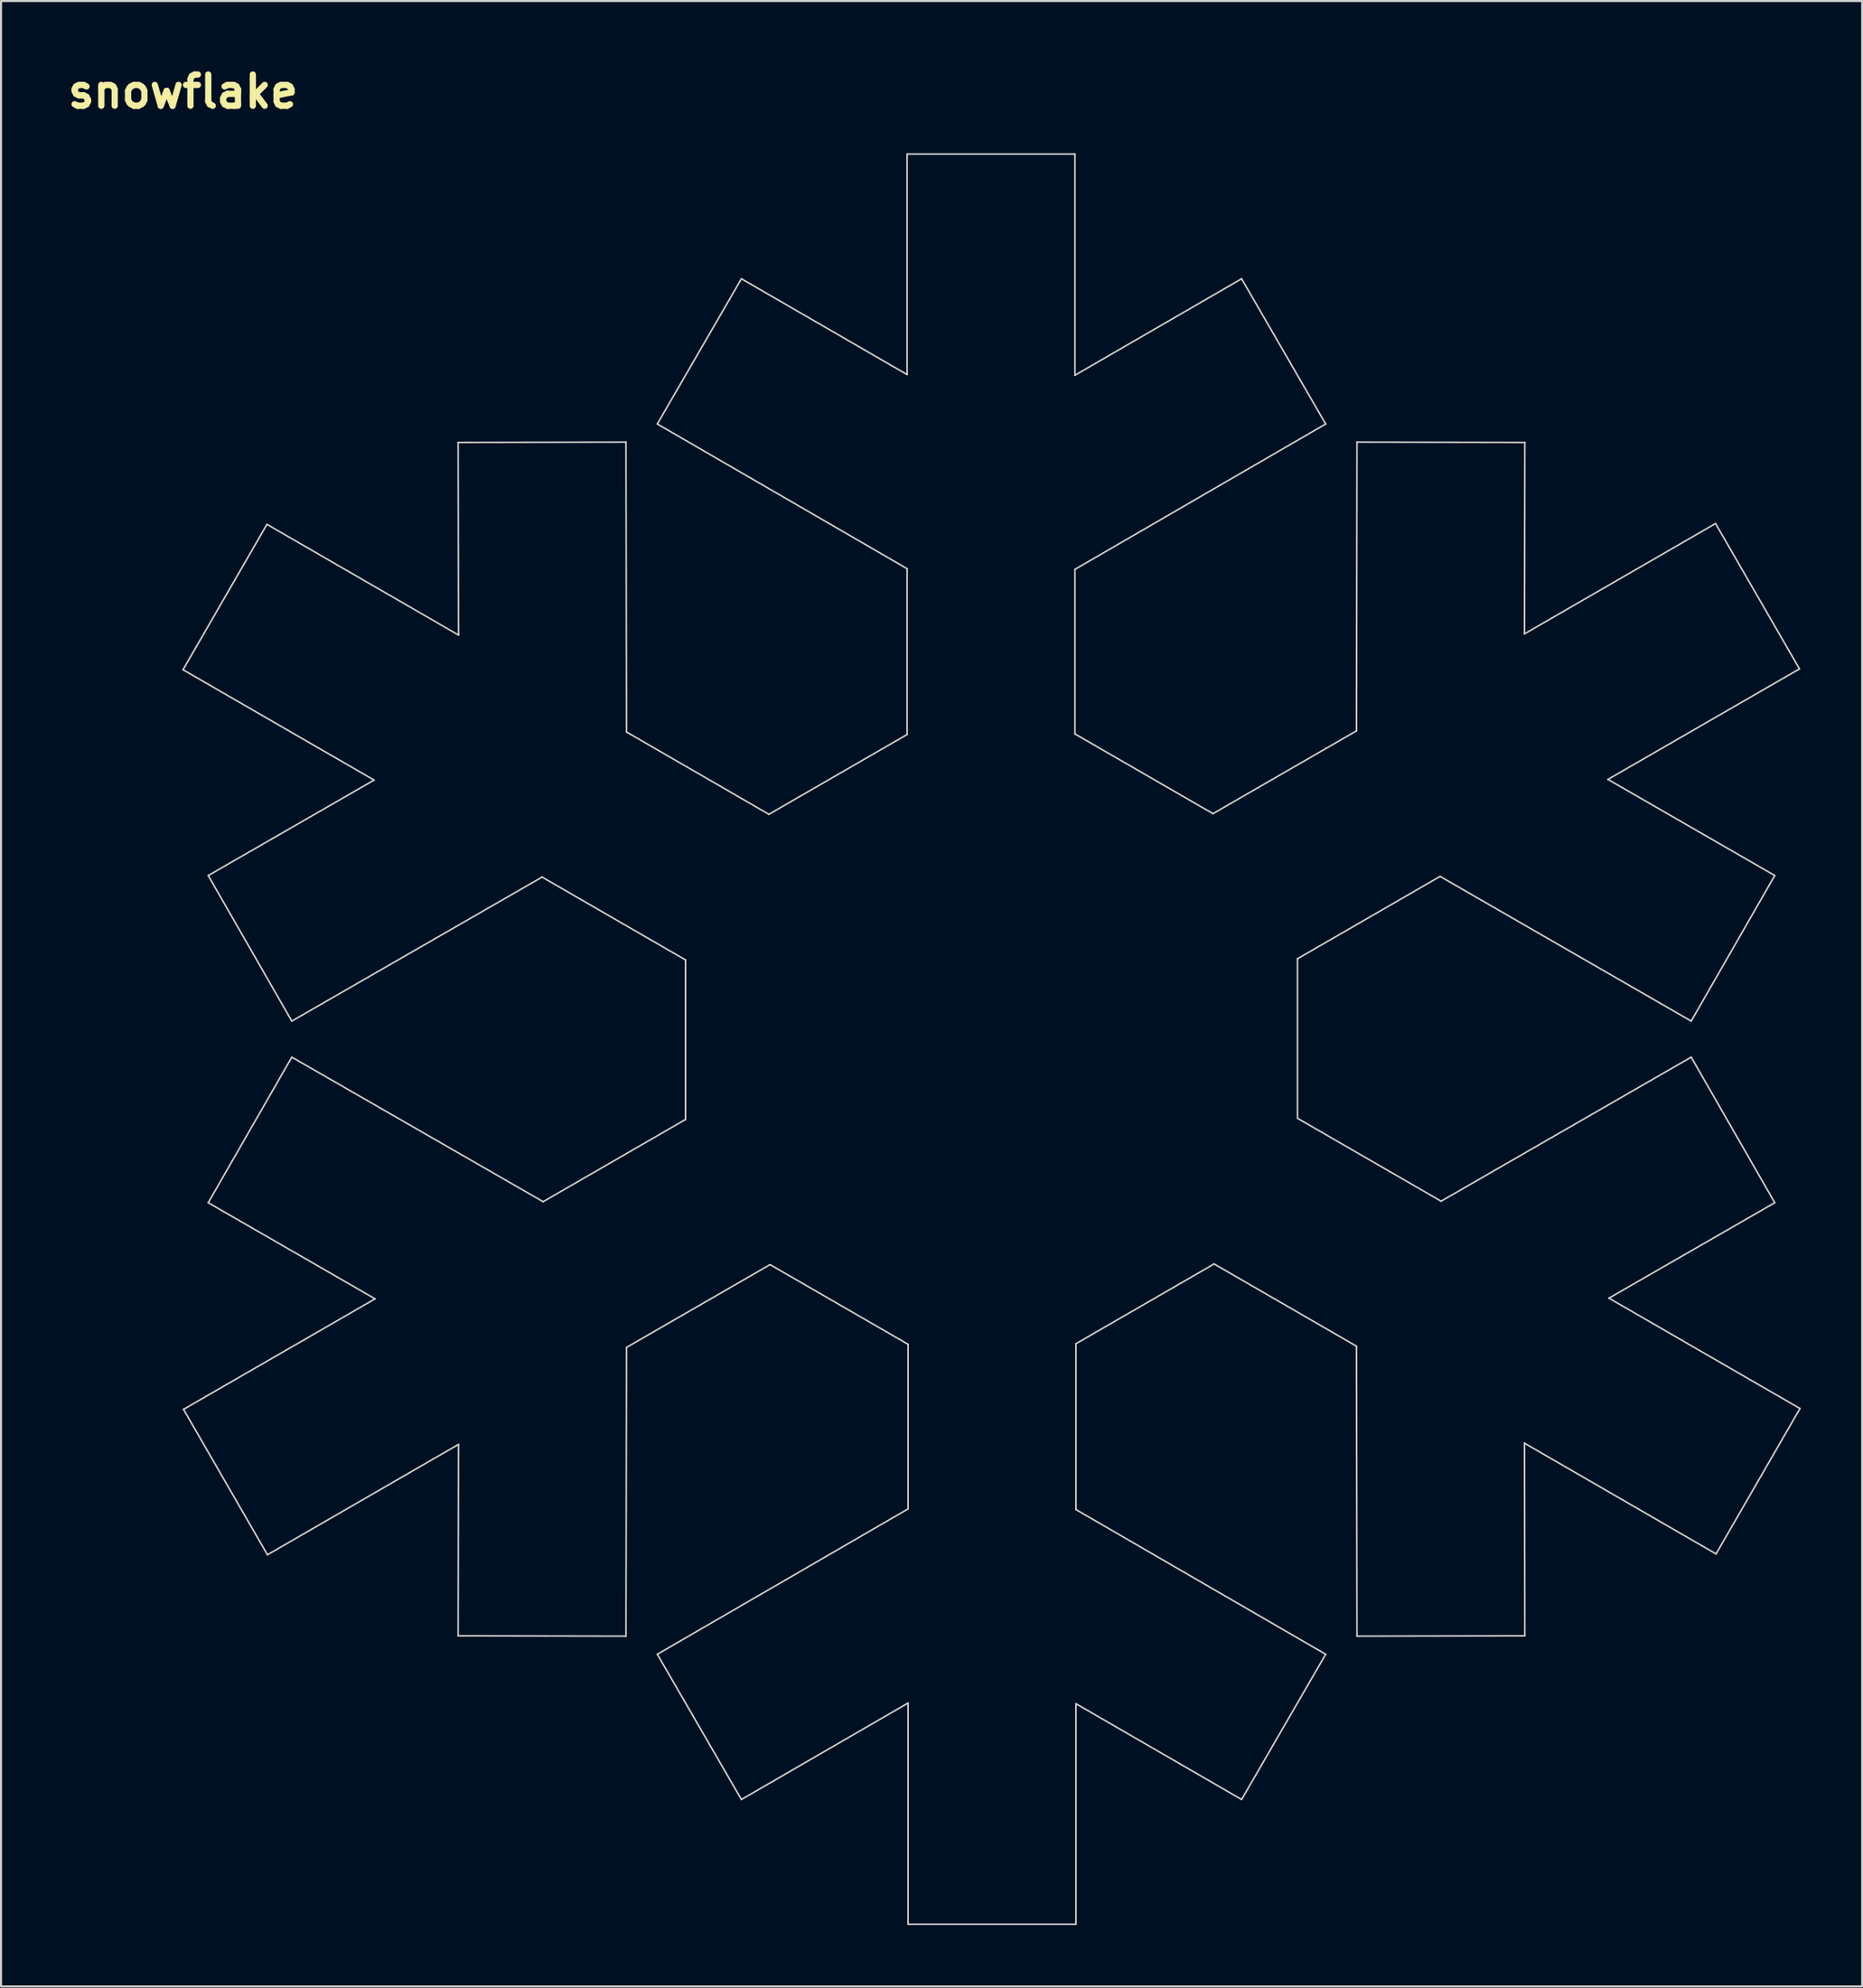
<source format=kicad_pcb>
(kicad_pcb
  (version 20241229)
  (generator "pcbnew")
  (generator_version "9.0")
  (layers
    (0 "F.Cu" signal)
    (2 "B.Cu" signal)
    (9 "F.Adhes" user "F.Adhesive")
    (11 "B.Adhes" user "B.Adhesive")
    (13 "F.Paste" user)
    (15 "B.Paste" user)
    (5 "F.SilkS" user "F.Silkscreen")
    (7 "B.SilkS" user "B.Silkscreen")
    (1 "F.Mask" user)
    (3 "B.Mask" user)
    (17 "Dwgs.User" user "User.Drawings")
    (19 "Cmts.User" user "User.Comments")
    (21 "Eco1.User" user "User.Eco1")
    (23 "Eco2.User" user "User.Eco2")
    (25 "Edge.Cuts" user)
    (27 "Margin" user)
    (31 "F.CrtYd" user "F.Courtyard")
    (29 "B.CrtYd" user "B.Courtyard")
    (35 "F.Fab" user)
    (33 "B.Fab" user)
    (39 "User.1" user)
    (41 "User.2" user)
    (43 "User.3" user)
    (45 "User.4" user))
  (footprint "snowflake"
    (layer "F.Cu")
    (at 5.893 4.474)
    (property "Reference" "snowflake" (at 0 -3.048 0) (layer "F.SilkS") (effects (font (size 1.524 1.524) (thickness 0.305))))
    (attr exclude_from_pos_files exclude_from_bom)
    (fp_line (start 0 25.193) (end 9.335 30.584) (stroke (width 0.076) (type solid)) (layer "Edge.Cuts"))
    (fp_line (start 0.025 61.325) (end 4.126 68.428) (stroke (width 0.076) (type solid)) (layer "Edge.Cuts"))
    (fp_line (start 1.232 35.247) (end 5.316 42.358) (stroke (width 0.076) (type solid)) (layer "Edge.Cuts"))
    (fp_line (start 1.232 51.23) (end 9.384 55.926) (stroke (width 0.076) (type solid)) (layer "Edge.Cuts"))
    (fp_line (start 4.101 18.091) (end 0 25.193) (stroke (width 0.076) (type solid)) (layer "Edge.Cuts"))
    (fp_line (start 4.126 68.428) (end 13.461 63.037) (stroke (width 0.076) (type solid)) (layer "Edge.Cuts"))
    (fp_line (start 5.316 42.358) (end 17.545 35.322) (stroke (width 0.076) (type solid)) (layer "Edge.Cuts"))
    (fp_line (start 5.316 44.119) (end 1.232 51.23) (stroke (width 0.076) (type solid)) (layer "Edge.Cuts"))
    (fp_line (start 9.335 30.584) (end 1.232 35.247) (stroke (width 0.076) (type solid)) (layer "Edge.Cuts"))
    (fp_line (start 9.384 55.926) (end 0.025 61.325) (stroke (width 0.076) (type solid)) (layer "Edge.Cuts"))
    (fp_line (start 13.444 14.089) (end 13.461 23.498) (stroke (width 0.076) (type solid)) (layer "Edge.Cuts"))
    (fp_line (start 13.444 72.388) (end 21.646 72.405) (stroke (width 0.076) (type solid)) (layer "Edge.Cuts"))
    (fp_line (start 13.461 23.498) (end 4.101 18.091) (stroke (width 0.076) (type solid)) (layer "Edge.Cuts"))
    (fp_line (start 13.461 63.037) (end 13.444 72.388) (stroke (width 0.076) (type solid)) (layer "Edge.Cuts"))
    (fp_line (start 17.545 35.322) (end 24.556 39.371) (stroke (width 0.076) (type solid)) (layer "Edge.Cuts"))
    (fp_line (start 17.595 51.18) (end 5.316 44.119) (stroke (width 0.076) (type solid)) (layer "Edge.Cuts"))
    (fp_line (start 21.646 14.073) (end 13.444 14.089) (stroke (width 0.076) (type solid)) (layer "Edge.Cuts"))
    (fp_line (start 21.646 72.405) (end 21.671 58.299) (stroke (width 0.076) (type solid)) (layer "Edge.Cuts"))
    (fp_line (start 21.671 28.236) (end 21.646 14.073) (stroke (width 0.076) (type solid)) (layer "Edge.Cuts"))
    (fp_line (start 21.671 58.299) (end 28.684 54.254) (stroke (width 0.076) (type solid)) (layer "Edge.Cuts"))
    (fp_line (start 23.176 13.188) (end 35.38 20.257) (stroke (width 0.076) (type solid)) (layer "Edge.Cuts"))
    (fp_line (start 23.176 73.29) (end 27.285 80.384) (stroke (width 0.076) (type solid)) (layer "Edge.Cuts"))
    (fp_line (start 24.556 39.371) (end 24.556 47.162) (stroke (width 0.076) (type solid)) (layer "Edge.Cuts"))
    (fp_line (start 24.556 47.162) (end 17.595 51.18) (stroke (width 0.076) (type solid)) (layer "Edge.Cuts"))
    (fp_line (start 27.285 6.094) (end 23.176 13.188) (stroke (width 0.076) (type solid)) (layer "Edge.Cuts"))
    (fp_line (start 27.285 80.384) (end 35.429 75.671) (stroke (width 0.076) (type solid)) (layer "Edge.Cuts"))
    (fp_line (start 28.628 32.256) (end 21.671 28.236) (stroke (width 0.076) (type solid)) (layer "Edge.Cuts"))
    (fp_line (start 28.684 54.254) (end 35.429 58.148) (stroke (width 0.076) (type solid)) (layer "Edge.Cuts"))
    (fp_line (start 35.38 0) (end 35.38 10.774) (stroke (width 0.076) (type solid)) (layer "Edge.Cuts"))
    (fp_line (start 35.38 10.774) (end 27.285 6.094) (stroke (width 0.076) (type solid)) (layer "Edge.Cuts"))
    (fp_line (start 35.38 20.257) (end 35.38 28.358) (stroke (width 0.076) (type solid)) (layer "Edge.Cuts"))
    (fp_line (start 35.38 28.358) (end 28.628 32.256) (stroke (width 0.076) (type solid)) (layer "Edge.Cuts"))
    (fp_line (start 35.429 58.148) (end 35.429 66.187) (stroke (width 0.076) (type solid)) (layer "Edge.Cuts"))
    (fp_line (start 35.429 66.187) (end 23.176 73.29) (stroke (width 0.076) (type solid)) (layer "Edge.Cuts"))
    (fp_line (start 35.429 75.671) (end 35.429 86.477) (stroke (width 0.076) (type solid)) (layer "Edge.Cuts"))
    (fp_line (start 35.429 86.477) (end 43.631 86.477) (stroke (width 0.076) (type solid)) (layer "Edge.Cuts"))
    (fp_line (start 43.582 0) (end 35.38 0) (stroke (width 0.076) (type solid)) (layer "Edge.Cuts"))
    (fp_line (start 43.582 10.807) (end 43.582 0) (stroke (width 0.076) (type solid)) (layer "Edge.Cuts"))
    (fp_line (start 43.582 20.29) (end 55.835 13.188) (stroke (width 0.076) (type solid)) (layer "Edge.Cuts"))
    (fp_line (start 43.582 28.329) (end 43.582 20.29) (stroke (width 0.076) (type solid)) (layer "Edge.Cuts"))
    (fp_line (start 43.631 58.119) (end 50.382 54.221) (stroke (width 0.076) (type solid)) (layer "Edge.Cuts"))
    (fp_line (start 43.631 66.22) (end 43.631 58.119) (stroke (width 0.076) (type solid)) (layer "Edge.Cuts"))
    (fp_line (start 43.631 75.704) (end 51.726 80.384) (stroke (width 0.076) (type solid)) (layer "Edge.Cuts"))
    (fp_line (start 43.631 86.477) (end 43.631 75.704) (stroke (width 0.076) (type solid)) (layer "Edge.Cuts"))
    (fp_line (start 50.328 32.224) (end 43.582 28.329) (stroke (width 0.076) (type solid)) (layer "Edge.Cuts"))
    (fp_line (start 50.382 54.221) (end 57.34 58.241) (stroke (width 0.076) (type solid)) (layer "Edge.Cuts"))
    (fp_line (start 51.726 6.094) (end 43.582 10.807) (stroke (width 0.076) (type solid)) (layer "Edge.Cuts"))
    (fp_line (start 51.726 80.384) (end 55.835 73.29) (stroke (width 0.076) (type solid)) (layer "Edge.Cuts"))
    (fp_line (start 54.456 39.313) (end 61.425 35.289) (stroke (width 0.076) (type solid)) (layer "Edge.Cuts"))
    (fp_line (start 54.456 47.105) (end 54.456 39.313) (stroke (width 0.076) (type solid)) (layer "Edge.Cuts"))
    (fp_line (start 55.835 13.188) (end 51.726 6.094) (stroke (width 0.076) (type solid)) (layer "Edge.Cuts"))
    (fp_line (start 55.835 73.29) (end 43.631 66.22) (stroke (width 0.076) (type solid)) (layer "Edge.Cuts"))
    (fp_line (start 57.34 28.178) (end 50.328 32.224) (stroke (width 0.076) (type solid)) (layer "Edge.Cuts"))
    (fp_line (start 57.34 58.241) (end 57.365 72.405) (stroke (width 0.076) (type solid)) (layer "Edge.Cuts"))
    (fp_line (start 57.365 14.073) (end 57.34 28.178) (stroke (width 0.076) (type solid)) (layer "Edge.Cuts"))
    (fp_line (start 57.365 72.405) (end 65.567 72.388) (stroke (width 0.076) (type solid)) (layer "Edge.Cuts"))
    (fp_line (start 61.425 35.289) (end 73.695 42.358) (stroke (width 0.076) (type solid)) (layer "Edge.Cuts"))
    (fp_line (start 61.474 51.156) (end 54.456 47.105) (stroke (width 0.076) (type solid)) (layer "Edge.Cuts"))
    (fp_line (start 65.551 23.44) (end 65.567 14.089) (stroke (width 0.076) (type solid)) (layer "Edge.Cuts"))
    (fp_line (start 65.551 62.979) (end 74.91 68.387) (stroke (width 0.076) (type solid)) (layer "Edge.Cuts"))
    (fp_line (start 65.567 14.089) (end 57.365 14.073) (stroke (width 0.076) (type solid)) (layer "Edge.Cuts"))
    (fp_line (start 65.567 72.388) (end 65.551 62.979) (stroke (width 0.076) (type solid)) (layer "Edge.Cuts"))
    (fp_line (start 69.627 30.551) (end 78.986 25.152) (stroke (width 0.076) (type solid)) (layer "Edge.Cuts"))
    (fp_line (start 69.676 55.893) (end 77.779 51.23) (stroke (width 0.076) (type solid)) (layer "Edge.Cuts"))
    (fp_line (start 73.695 42.358) (end 77.779 35.247) (stroke (width 0.076) (type solid)) (layer "Edge.Cuts"))
    (fp_line (start 73.695 44.119) (end 61.474 51.156) (stroke (width 0.076) (type solid)) (layer "Edge.Cuts"))
    (fp_line (start 74.885 18.05) (end 65.551 23.44) (stroke (width 0.076) (type solid)) (layer "Edge.Cuts"))
    (fp_line (start 74.91 68.387) (end 79.011 61.284) (stroke (width 0.076) (type solid)) (layer "Edge.Cuts"))
    (fp_line (start 77.779 35.247) (end 69.627 30.551) (stroke (width 0.076) (type solid)) (layer "Edge.Cuts"))
    (fp_line (start 77.779 51.23) (end 73.695 44.119) (stroke (width 0.076) (type solid)) (layer "Edge.Cuts"))
    (fp_line (start 78.986 25.152) (end 74.885 18.05) (stroke (width 0.076) (type solid)) (layer "Edge.Cuts"))
    (fp_line (start 79.011 61.284) (end 69.676 55.893) (stroke (width 0.076) (type solid)) (layer "Edge.Cuts")))
  (gr_rect
    (start -3 -3)
    (end 87.942 93.99)
    (stroke (width 0.1) (type default))
    (fill no)
    (layer "Edge.Cuts")))
</source>
